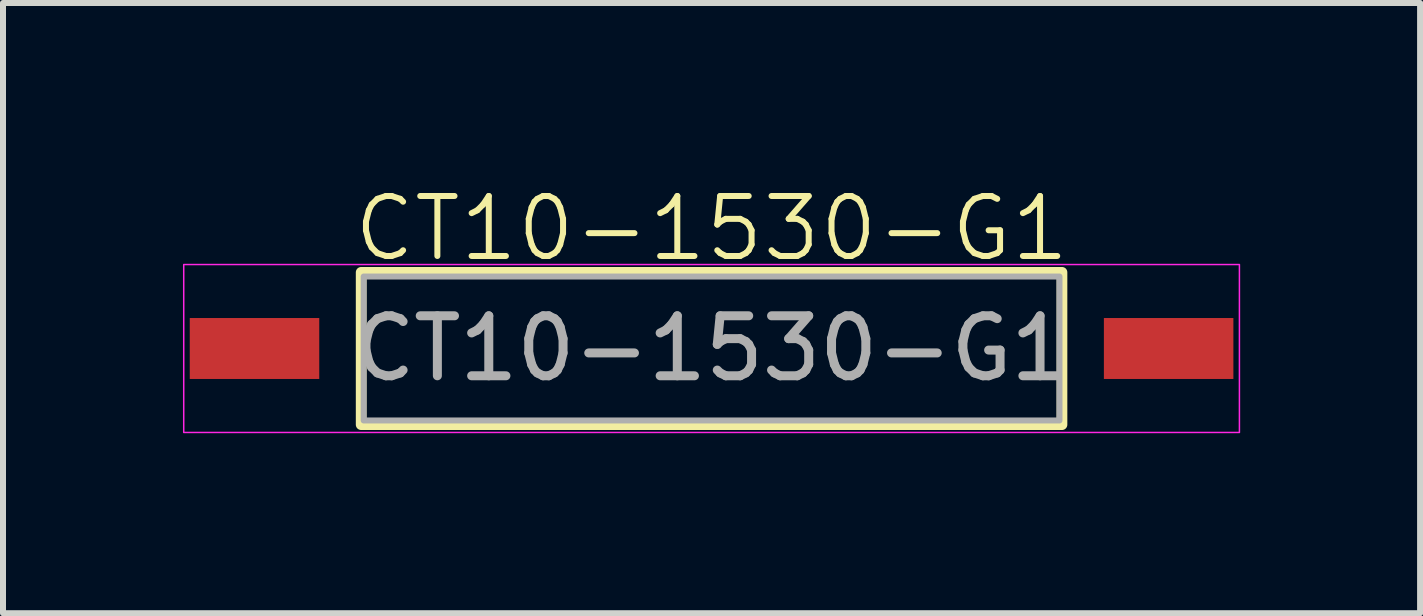
<source format=kicad_pcb>
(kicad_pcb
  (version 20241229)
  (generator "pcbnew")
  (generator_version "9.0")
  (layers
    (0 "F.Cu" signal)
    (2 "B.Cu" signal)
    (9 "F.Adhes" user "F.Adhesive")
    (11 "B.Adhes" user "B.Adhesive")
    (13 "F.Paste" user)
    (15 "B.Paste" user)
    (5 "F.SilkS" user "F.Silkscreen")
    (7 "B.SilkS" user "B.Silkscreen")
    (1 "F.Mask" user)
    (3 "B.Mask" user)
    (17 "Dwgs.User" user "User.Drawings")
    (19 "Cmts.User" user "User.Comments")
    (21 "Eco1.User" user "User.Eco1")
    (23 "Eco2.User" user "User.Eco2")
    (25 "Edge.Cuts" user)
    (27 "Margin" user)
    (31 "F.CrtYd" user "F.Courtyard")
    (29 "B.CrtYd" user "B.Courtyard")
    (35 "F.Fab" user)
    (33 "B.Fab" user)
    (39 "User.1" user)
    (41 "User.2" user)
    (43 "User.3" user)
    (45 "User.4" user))
  (footprint "CT10-1530-G1"
    (layer "F.Cu")
    (at 8.813 2.76)
    (property "Reference" "CT10-1530-G1" (at 0 -2 0) (unlocked yes) (layer "F.SilkS") (effects (font (size 1 1) (thickness 0.1))))
    (attr smd)
    (fp_rect (start -5.842 -1.27) (end 5.842 1.27) (stroke (width 0.178) (type default)) (fill no) (layer "F.SilkS"))
    (fp_rect (start -8.8 -1.4) (end 8.8 1.4) (stroke (width 0.025) (type default)) (fill no) (layer "F.CrtYd"))
    (fp_rect (start -5.8 1.2) (end 5.8 -1.2) (stroke (width 0.1) (type default)) (fill no) (layer "F.Fab"))
    (fp_text user "${REFERENCE}" (at 0 0 0) (unlocked yes) (layer "F.Fab") (effects (font (size 1 1) (thickness 0.15))))
    (pad "1" smd rect (at -7.62 0) (size 2.159 1.016) (layers "F.Cu" "F.Mask" "F.Paste"))
    (pad "2" smd rect (at 7.62 0) (size 2.159 1.016) (layers "F.Cu" "F.Mask" "F.Paste")))
  (gr_rect
    (start -3 -3)
    (end 20.625 7.173)
    (stroke (width 0.1) (type default))
    (fill no)
    (layer "Edge.Cuts")))
</source>
